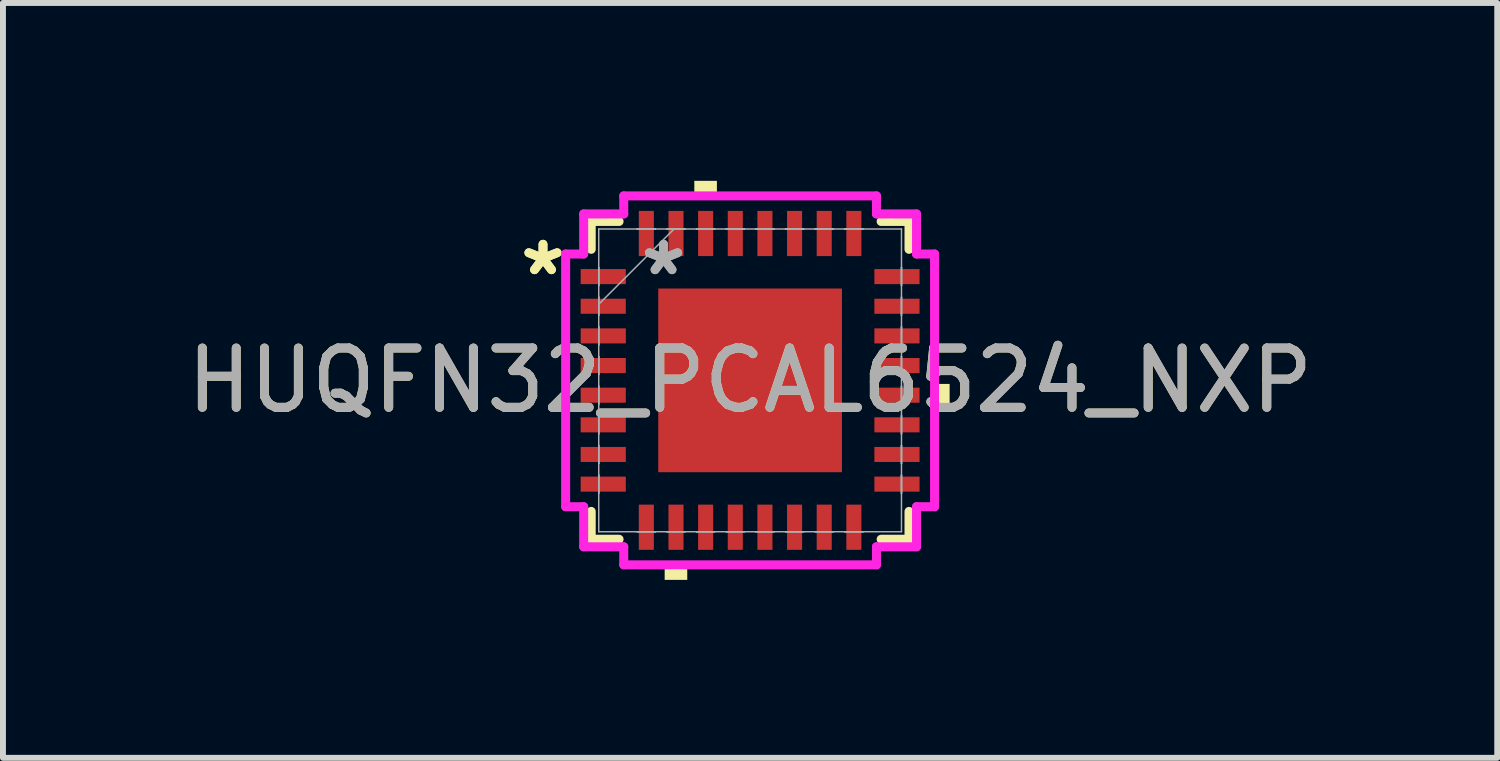
<source format=kicad_pcb>
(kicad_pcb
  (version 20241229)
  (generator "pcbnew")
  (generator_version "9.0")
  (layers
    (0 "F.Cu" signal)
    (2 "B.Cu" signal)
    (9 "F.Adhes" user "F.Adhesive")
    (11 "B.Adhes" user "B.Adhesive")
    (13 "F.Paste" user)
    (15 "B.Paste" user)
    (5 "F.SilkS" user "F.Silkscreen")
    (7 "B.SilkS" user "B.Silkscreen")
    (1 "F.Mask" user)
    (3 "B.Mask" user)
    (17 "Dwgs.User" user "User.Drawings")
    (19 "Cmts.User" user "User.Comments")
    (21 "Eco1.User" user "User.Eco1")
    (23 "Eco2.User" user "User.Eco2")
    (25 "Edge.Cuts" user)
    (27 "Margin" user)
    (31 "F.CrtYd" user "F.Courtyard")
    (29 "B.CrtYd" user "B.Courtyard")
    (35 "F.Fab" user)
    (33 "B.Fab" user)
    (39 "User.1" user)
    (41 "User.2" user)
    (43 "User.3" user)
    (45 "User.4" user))
  (footprint "HUQFN32_PCAL6524_NXP"
    (layer "F.Cu")
    (at 9.601 3.365)
    (property "Reference" "HUQFN32_PCAL6524_NXP" (at 0 0 0) (unlocked yes) (layer "F.SilkS") (effects (font (size 1 1) (thickness 0.15))))
    (attr smd)
    (fp_poly (pts (xy -1.549 -1.549) (xy 1.549 -1.549) (xy 1.549 1.549) (xy -1.549 1.549)) (stroke (width 0) (type solid)) (fill yes) (layer "F.Cu"))
    (fp_poly (pts (xy -1.549 -1.549) (xy 1.549 -1.549) (xy 1.549 1.549) (xy -1.549 1.549)) (stroke (width 0) (type solid)) (fill yes) (layer "F.Mask"))
    (fp_line (start -2.68 -2.68) (end -2.68 -2.21) (stroke (width 0.152) (type solid)) (layer "F.SilkS"))
    (fp_line (start -2.68 2.21) (end -2.68 2.68) (stroke (width 0.152) (type solid)) (layer "F.SilkS"))
    (fp_line (start -2.68 2.68) (end -2.21 2.68) (stroke (width 0.152) (type solid)) (layer "F.SilkS"))
    (fp_line (start -2.21 -2.68) (end -2.68 -2.68) (stroke (width 0.152) (type solid)) (layer "F.SilkS"))
    (fp_line (start 2.21 2.68) (end 2.68 2.68) (stroke (width 0.152) (type solid)) (layer "F.SilkS"))
    (fp_line (start 2.68 -2.68) (end 2.21 -2.68) (stroke (width 0.152) (type solid)) (layer "F.SilkS"))
    (fp_line (start 2.68 -2.21) (end 2.68 -2.68) (stroke (width 0.152) (type solid)) (layer "F.SilkS"))
    (fp_line (start 2.68 2.68) (end 2.68 2.21) (stroke (width 0.152) (type solid)) (layer "F.SilkS"))
    (fp_poly (pts (xy -1.441 3.111) (xy -1.441 3.365) (xy -1.06 3.365) (xy -1.06 3.111)) (stroke (width 0) (type solid)) (fill yes) (layer "F.SilkS"))
    (fp_poly (pts (xy -0.941 -3.111) (xy -0.941 -3.365) (xy -0.56 -3.365) (xy -0.56 -3.111)) (stroke (width 0) (type solid)) (fill yes) (layer "F.SilkS"))
    (fp_poly (pts (xy 3.365 0.06) (xy 3.365 0.441) (xy 3.111 0.441) (xy 3.111 0.06)) (stroke (width 0) (type solid)) (fill yes) (layer "F.SilkS"))
    (fp_poly (pts (xy -1.549 -1.549) (xy 1.549 -1.549) (xy 1.549 1.549) (xy -1.549 1.549)) (stroke (width 0) (type solid)) (fill yes) (layer "F.Paste"))
    (fp_line (start -3.111 -2.131) (end -2.807 -2.131) (stroke (width 0.152) (type solid)) (layer "F.CrtYd"))
    (fp_line (start -3.111 2.131) (end -3.111 -2.131) (stroke (width 0.152) (type solid)) (layer "F.CrtYd"))
    (fp_line (start -2.807 -2.807) (end -2.131 -2.807) (stroke (width 0.152) (type solid)) (layer "F.CrtYd"))
    (fp_line (start -2.807 -2.131) (end -2.807 -2.807) (stroke (width 0.152) (type solid)) (layer "F.CrtYd"))
    (fp_line (start -2.807 2.131) (end -3.111 2.131) (stroke (width 0.152) (type solid)) (layer "F.CrtYd"))
    (fp_line (start -2.807 2.807) (end -2.807 2.131) (stroke (width 0.152) (type solid)) (layer "F.CrtYd"))
    (fp_line (start -2.131 -3.111) (end 2.131 -3.111) (stroke (width 0.152) (type solid)) (layer "F.CrtYd"))
    (fp_line (start -2.131 -2.807) (end -2.131 -3.111) (stroke (width 0.152) (type solid)) (layer "F.CrtYd"))
    (fp_line (start -2.131 2.807) (end -2.807 2.807) (stroke (width 0.152) (type solid)) (layer "F.CrtYd"))
    (fp_line (start -2.131 3.111) (end -2.131 2.807) (stroke (width 0.152) (type solid)) (layer "F.CrtYd"))
    (fp_line (start 2.131 -3.111) (end 2.131 -2.807) (stroke (width 0.152) (type solid)) (layer "F.CrtYd"))
    (fp_line (start 2.131 -2.807) (end 2.807 -2.807) (stroke (width 0.152) (type solid)) (layer "F.CrtYd"))
    (fp_line (start 2.131 2.807) (end 2.131 3.111) (stroke (width 0.152) (type solid)) (layer "F.CrtYd"))
    (fp_line (start 2.131 3.111) (end -2.131 3.111) (stroke (width 0.152) (type solid)) (layer "F.CrtYd"))
    (fp_line (start 2.807 -2.807) (end 2.807 -2.131) (stroke (width 0.152) (type solid)) (layer "F.CrtYd"))
    (fp_line (start 2.807 -2.131) (end 3.111 -2.131) (stroke (width 0.152) (type solid)) (layer "F.CrtYd"))
    (fp_line (start 2.807 2.131) (end 2.807 2.807) (stroke (width 0.152) (type solid)) (layer "F.CrtYd"))
    (fp_line (start 2.807 2.807) (end 2.131 2.807) (stroke (width 0.152) (type solid)) (layer "F.CrtYd"))
    (fp_line (start 3.111 -2.131) (end 3.111 2.131) (stroke (width 0.152) (type solid)) (layer "F.CrtYd"))
    (fp_line (start 3.111 2.131) (end 2.807 2.131) (stroke (width 0.152) (type solid)) (layer "F.CrtYd"))
    (fp_line (start -2.553 -2.553) (end -2.553 2.553) (stroke (width 0.025) (type solid)) (layer "F.Fab"))
    (fp_line (start -2.553 -1.903) (end -2.553 -1.903) (stroke (width 0.025) (type solid)) (layer "F.Fab"))
    (fp_line (start -2.553 -1.903) (end -2.553 -1.598) (stroke (width 0.025) (type solid)) (layer "F.Fab"))
    (fp_line (start -2.553 -1.598) (end -2.553 -1.903) (stroke (width 0.025) (type solid)) (layer "F.Fab"))
    (fp_line (start -2.553 -1.598) (end -2.553 -1.598) (stroke (width 0.025) (type solid)) (layer "F.Fab"))
    (fp_line (start -2.553 -1.403) (end -2.553 -1.403) (stroke (width 0.025) (type solid)) (layer "F.Fab"))
    (fp_line (start -2.553 -1.403) (end -2.553 -1.098) (stroke (width 0.025) (type solid)) (layer "F.Fab"))
    (fp_line (start -2.553 -1.283) (end -1.283 -2.553) (stroke (width 0.025) (type solid)) (layer "F.Fab"))
    (fp_line (start -2.553 -1.098) (end -2.553 -1.403) (stroke (width 0.025) (type solid)) (layer "F.Fab"))
    (fp_line (start -2.553 -1.098) (end -2.553 -1.098) (stroke (width 0.025) (type solid)) (layer "F.Fab"))
    (fp_line (start -2.553 -0.903) (end -2.553 -0.903) (stroke (width 0.025) (type solid)) (layer "F.Fab"))
    (fp_line (start -2.553 -0.903) (end -2.553 -0.598) (stroke (width 0.025) (type solid)) (layer "F.Fab"))
    (fp_line (start -2.553 -0.598) (end -2.553 -0.903) (stroke (width 0.025) (type solid)) (layer "F.Fab"))
    (fp_line (start -2.553 -0.598) (end -2.553 -0.598) (stroke (width 0.025) (type solid)) (layer "F.Fab"))
    (fp_line (start -2.553 -0.402) (end -2.553 -0.402) (stroke (width 0.025) (type solid)) (layer "F.Fab"))
    (fp_line (start -2.553 -0.402) (end -2.553 -0.098) (stroke (width 0.025) (type solid)) (layer "F.Fab"))
    (fp_line (start -2.553 -0.098) (end -2.553 -0.402) (stroke (width 0.025) (type solid)) (layer "F.Fab"))
    (fp_line (start -2.553 -0.098) (end -2.553 -0.098) (stroke (width 0.025) (type solid)) (layer "F.Fab"))
    (fp_line (start -2.553 0.098) (end -2.553 0.098) (stroke (width 0.025) (type solid)) (layer "F.Fab"))
    (fp_line (start -2.553 0.098) (end -2.553 0.402) (stroke (width 0.025) (type solid)) (layer "F.Fab"))
    (fp_line (start -2.553 0.402) (end -2.553 0.098) (stroke (width 0.025) (type solid)) (layer "F.Fab"))
    (fp_line (start -2.553 0.402) (end -2.553 0.402) (stroke (width 0.025) (type solid)) (layer "F.Fab"))
    (fp_line (start -2.553 0.598) (end -2.553 0.598) (stroke (width 0.025) (type solid)) (layer "F.Fab"))
    (fp_line (start -2.553 0.598) (end -2.553 0.903) (stroke (width 0.025) (type solid)) (layer "F.Fab"))
    (fp_line (start -2.553 0.903) (end -2.553 0.598) (stroke (width 0.025) (type solid)) (layer "F.Fab"))
    (fp_line (start -2.553 0.903) (end -2.553 0.903) (stroke (width 0.025) (type solid)) (layer "F.Fab"))
    (fp_line (start -2.553 1.098) (end -2.553 1.098) (stroke (width 0.025) (type solid)) (layer "F.Fab"))
    (fp_line (start -2.553 1.098) (end -2.553 1.403) (stroke (width 0.025) (type solid)) (layer "F.Fab"))
    (fp_line (start -2.553 1.403) (end -2.553 1.098) (stroke (width 0.025) (type solid)) (layer "F.Fab"))
    (fp_line (start -2.553 1.403) (end -2.553 1.403) (stroke (width 0.025) (type solid)) (layer "F.Fab"))
    (fp_line (start -2.553 1.598) (end -2.553 1.598) (stroke (width 0.025) (type solid)) (layer "F.Fab"))
    (fp_line (start -2.553 1.598) (end -2.553 1.903) (stroke (width 0.025) (type solid)) (layer "F.Fab"))
    (fp_line (start -2.553 1.903) (end -2.553 1.598) (stroke (width 0.025) (type solid)) (layer "F.Fab"))
    (fp_line (start -2.553 1.903) (end -2.553 1.903) (stroke (width 0.025) (type solid)) (layer "F.Fab"))
    (fp_line (start -2.553 2.553) (end 2.553 2.553) (stroke (width 0.025) (type solid)) (layer "F.Fab"))
    (fp_line (start -1.903 -2.553) (end -1.903 -2.553) (stroke (width 0.025) (type solid)) (layer "F.Fab"))
    (fp_line (start -1.903 -2.553) (end -1.598 -2.553) (stroke (width 0.025) (type solid)) (layer "F.Fab"))
    (fp_line (start -1.903 2.553) (end -1.903 2.553) (stroke (width 0.025) (type solid)) (layer "F.Fab"))
    (fp_line (start -1.903 2.553) (end -1.598 2.553) (stroke (width 0.025) (type solid)) (layer "F.Fab"))
    (fp_line (start -1.598 -2.553) (end -1.903 -2.553) (stroke (width 0.025) (type solid)) (layer "F.Fab"))
    (fp_line (start -1.598 -2.553) (end -1.598 -2.553) (stroke (width 0.025) (type solid)) (layer "F.Fab"))
    (fp_line (start -1.598 2.553) (end -1.903 2.553) (stroke (width 0.025) (type solid)) (layer "F.Fab"))
    (fp_line (start -1.598 2.553) (end -1.598 2.553) (stroke (width 0.025) (type solid)) (layer "F.Fab"))
    (fp_line (start -1.403 -2.553) (end -1.403 -2.553) (stroke (width 0.025) (type solid)) (layer "F.Fab"))
    (fp_line (start -1.403 -2.553) (end -1.098 -2.553) (stroke (width 0.025) (type solid)) (layer "F.Fab"))
    (fp_line (start -1.403 2.553) (end -1.403 2.553) (stroke (width 0.025) (type solid)) (layer "F.Fab"))
    (fp_line (start -1.403 2.553) (end -1.098 2.553) (stroke (width 0.025) (type solid)) (layer "F.Fab"))
    (fp_line (start -1.098 -2.553) (end -1.403 -2.553) (stroke (width 0.025) (type solid)) (layer "F.Fab"))
    (fp_line (start -1.098 -2.553) (end -1.098 -2.553) (stroke (width 0.025) (type solid)) (layer "F.Fab"))
    (fp_line (start -1.098 2.553) (end -1.403 2.553) (stroke (width 0.025) (type solid)) (layer "F.Fab"))
    (fp_line (start -1.098 2.553) (end -1.098 2.553) (stroke (width 0.025) (type solid)) (layer "F.Fab"))
    (fp_line (start -0.903 -2.553) (end -0.903 -2.553) (stroke (width 0.025) (type solid)) (layer "F.Fab"))
    (fp_line (start -0.903 -2.553) (end -0.598 -2.553) (stroke (width 0.025) (type solid)) (layer "F.Fab"))
    (fp_line (start -0.903 2.553) (end -0.903 2.553) (stroke (width 0.025) (type solid)) (layer "F.Fab"))
    (fp_line (start -0.903 2.553) (end -0.598 2.553) (stroke (width 0.025) (type solid)) (layer "F.Fab"))
    (fp_line (start -0.598 -2.553) (end -0.903 -2.553) (stroke (width 0.025) (type solid)) (layer "F.Fab"))
    (fp_line (start -0.598 -2.553) (end -0.598 -2.553) (stroke (width 0.025) (type solid)) (layer "F.Fab"))
    (fp_line (start -0.598 2.553) (end -0.903 2.553) (stroke (width 0.025) (type solid)) (layer "F.Fab"))
    (fp_line (start -0.598 2.553) (end -0.598 2.553) (stroke (width 0.025) (type solid)) (layer "F.Fab"))
    (fp_line (start -0.402 -2.553) (end -0.402 -2.553) (stroke (width 0.025) (type solid)) (layer "F.Fab"))
    (fp_line (start -0.402 -2.553) (end -0.098 -2.553) (stroke (width 0.025) (type solid)) (layer "F.Fab"))
    (fp_line (start -0.402 2.553) (end -0.402 2.553) (stroke (width 0.025) (type solid)) (layer "F.Fab"))
    (fp_line (start -0.402 2.553) (end -0.098 2.553) (stroke (width 0.025) (type solid)) (layer "F.Fab"))
    (fp_line (start -0.098 -2.553) (end -0.402 -2.553) (stroke (width 0.025) (type solid)) (layer "F.Fab"))
    (fp_line (start -0.098 -2.553) (end -0.098 -2.553) (stroke (width 0.025) (type solid)) (layer "F.Fab"))
    (fp_line (start -0.098 2.553) (end -0.402 2.553) (stroke (width 0.025) (type solid)) (layer "F.Fab"))
    (fp_line (start -0.098 2.553) (end -0.098 2.553) (stroke (width 0.025) (type solid)) (layer "F.Fab"))
    (fp_line (start 0.098 -2.553) (end 0.098 -2.553) (stroke (width 0.025) (type solid)) (layer "F.Fab"))
    (fp_line (start 0.098 -2.553) (end 0.402 -2.553) (stroke (width 0.025) (type solid)) (layer "F.Fab"))
    (fp_line (start 0.098 2.553) (end 0.098 2.553) (stroke (width 0.025) (type solid)) (layer "F.Fab"))
    (fp_line (start 0.098 2.553) (end 0.402 2.553) (stroke (width 0.025) (type solid)) (layer "F.Fab"))
    (fp_line (start 0.402 -2.553) (end 0.098 -2.553) (stroke (width 0.025) (type solid)) (layer "F.Fab"))
    (fp_line (start 0.402 -2.553) (end 0.402 -2.553) (stroke (width 0.025) (type solid)) (layer "F.Fab"))
    (fp_line (start 0.402 2.553) (end 0.098 2.553) (stroke (width 0.025) (type solid)) (layer "F.Fab"))
    (fp_line (start 0.402 2.553) (end 0.402 2.553) (stroke (width 0.025) (type solid)) (layer "F.Fab"))
    (fp_line (start 0.598 -2.553) (end 0.598 -2.553) (stroke (width 0.025) (type solid)) (layer "F.Fab"))
    (fp_line (start 0.598 -2.553) (end 0.903 -2.553) (stroke (width 0.025) (type solid)) (layer "F.Fab"))
    (fp_line (start 0.598 2.553) (end 0.598 2.553) (stroke (width 0.025) (type solid)) (layer "F.Fab"))
    (fp_line (start 0.598 2.553) (end 0.903 2.553) (stroke (width 0.025) (type solid)) (layer "F.Fab"))
    (fp_line (start 0.903 -2.553) (end 0.598 -2.553) (stroke (width 0.025) (type solid)) (layer "F.Fab"))
    (fp_line (start 0.903 -2.553) (end 0.903 -2.553) (stroke (width 0.025) (type solid)) (layer "F.Fab"))
    (fp_line (start 0.903 2.553) (end 0.598 2.553) (stroke (width 0.025) (type solid)) (layer "F.Fab"))
    (fp_line (start 0.903 2.553) (end 0.903 2.553) (stroke (width 0.025) (type solid)) (layer "F.Fab"))
    (fp_line (start 1.098 -2.553) (end 1.098 -2.553) (stroke (width 0.025) (type solid)) (layer "F.Fab"))
    (fp_line (start 1.098 -2.553) (end 1.403 -2.553) (stroke (width 0.025) (type solid)) (layer "F.Fab"))
    (fp_line (start 1.098 2.553) (end 1.098 2.553) (stroke (width 0.025) (type solid)) (layer "F.Fab"))
    (fp_line (start 1.098 2.553) (end 1.403 2.553) (stroke (width 0.025) (type solid)) (layer "F.Fab"))
    (fp_line (start 1.403 -2.553) (end 1.098 -2.553) (stroke (width 0.025) (type solid)) (layer "F.Fab"))
    (fp_line (start 1.403 -2.553) (end 1.403 -2.553) (stroke (width 0.025) (type solid)) (layer "F.Fab"))
    (fp_line (start 1.403 2.553) (end 1.098 2.553) (stroke (width 0.025) (type solid)) (layer "F.Fab"))
    (fp_line (start 1.403 2.553) (end 1.403 2.553) (stroke (width 0.025) (type solid)) (layer "F.Fab"))
    (fp_line (start 1.598 -2.553) (end 1.598 -2.553) (stroke (width 0.025) (type solid)) (layer "F.Fab"))
    (fp_line (start 1.598 -2.553) (end 1.903 -2.553) (stroke (width 0.025) (type solid)) (layer "F.Fab"))
    (fp_line (start 1.598 2.553) (end 1.598 2.553) (stroke (width 0.025) (type solid)) (layer "F.Fab"))
    (fp_line (start 1.598 2.553) (end 1.903 2.553) (stroke (width 0.025) (type solid)) (layer "F.Fab"))
    (fp_line (start 1.903 -2.553) (end 1.598 -2.553) (stroke (width 0.025) (type solid)) (layer "F.Fab"))
    (fp_line (start 1.903 -2.553) (end 1.903 -2.553) (stroke (width 0.025) (type solid)) (layer "F.Fab"))
    (fp_line (start 1.903 2.553) (end 1.598 2.553) (stroke (width 0.025) (type solid)) (layer "F.Fab"))
    (fp_line (start 1.903 2.553) (end 1.903 2.553) (stroke (width 0.025) (type solid)) (layer "F.Fab"))
    (fp_line (start 2.553 -2.553) (end -2.553 -2.553) (stroke (width 0.025) (type solid)) (layer "F.Fab"))
    (fp_line (start 2.553 -1.903) (end 2.553 -1.903) (stroke (width 0.025) (type solid)) (layer "F.Fab"))
    (fp_line (start 2.553 -1.903) (end 2.553 -1.598) (stroke (width 0.025) (type solid)) (layer "F.Fab"))
    (fp_line (start 2.553 -1.598) (end 2.553 -1.903) (stroke (width 0.025) (type solid)) (layer "F.Fab"))
    (fp_line (start 2.553 -1.598) (end 2.553 -1.598) (stroke (width 0.025) (type solid)) (layer "F.Fab"))
    (fp_line (start 2.553 -1.403) (end 2.553 -1.403) (stroke (width 0.025) (type solid)) (layer "F.Fab"))
    (fp_line (start 2.553 -1.403) (end 2.553 -1.098) (stroke (width 0.025) (type solid)) (layer "F.Fab"))
    (fp_line (start 2.553 -1.098) (end 2.553 -1.403) (stroke (width 0.025) (type solid)) (layer "F.Fab"))
    (fp_line (start 2.553 -1.098) (end 2.553 -1.098) (stroke (width 0.025) (type solid)) (layer "F.Fab"))
    (fp_line (start 2.553 -0.903) (end 2.553 -0.903) (stroke (width 0.025) (type solid)) (layer "F.Fab"))
    (fp_line (start 2.553 -0.903) (end 2.553 -0.598) (stroke (width 0.025) (type solid)) (layer "F.Fab"))
    (fp_line (start 2.553 -0.598) (end 2.553 -0.903) (stroke (width 0.025) (type solid)) (layer "F.Fab"))
    (fp_line (start 2.553 -0.598) (end 2.553 -0.598) (stroke (width 0.025) (type solid)) (layer "F.Fab"))
    (fp_line (start 2.553 -0.402) (end 2.553 -0.402) (stroke (width 0.025) (type solid)) (layer "F.Fab"))
    (fp_line (start 2.553 -0.402) (end 2.553 -0.098) (stroke (width 0.025) (type solid)) (layer "F.Fab"))
    (fp_line (start 2.553 -0.098) (end 2.553 -0.402) (stroke (width 0.025) (type solid)) (layer "F.Fab"))
    (fp_line (start 2.553 -0.098) (end 2.553 -0.098) (stroke (width 0.025) (type solid)) (layer "F.Fab"))
    (fp_line (start 2.553 0.098) (end 2.553 0.098) (stroke (width 0.025) (type solid)) (layer "F.Fab"))
    (fp_line (start 2.553 0.098) (end 2.553 0.402) (stroke (width 0.025) (type solid)) (layer "F.Fab"))
    (fp_line (start 2.553 0.402) (end 2.553 0.098) (stroke (width 0.025) (type solid)) (layer "F.Fab"))
    (fp_line (start 2.553 0.402) (end 2.553 0.402) (stroke (width 0.025) (type solid)) (layer "F.Fab"))
    (fp_line (start 2.553 0.598) (end 2.553 0.598) (stroke (width 0.025) (type solid)) (layer "F.Fab"))
    (fp_line (start 2.553 0.598) (end 2.553 0.903) (stroke (width 0.025) (type solid)) (layer "F.Fab"))
    (fp_line (start 2.553 0.903) (end 2.553 0.598) (stroke (width 0.025) (type solid)) (layer "F.Fab"))
    (fp_line (start 2.553 0.903) (end 2.553 0.903) (stroke (width 0.025) (type solid)) (layer "F.Fab"))
    (fp_line (start 2.553 1.098) (end 2.553 1.098) (stroke (width 0.025) (type solid)) (layer "F.Fab"))
    (fp_line (start 2.553 1.098) (end 2.553 1.403) (stroke (width 0.025) (type solid)) (layer "F.Fab"))
    (fp_line (start 2.553 1.403) (end 2.553 1.098) (stroke (width 0.025) (type solid)) (layer "F.Fab"))
    (fp_line (start 2.553 1.403) (end 2.553 1.403) (stroke (width 0.025) (type solid)) (layer "F.Fab"))
    (fp_line (start 2.553 1.598) (end 2.553 1.598) (stroke (width 0.025) (type solid)) (layer "F.Fab"))
    (fp_line (start 2.553 1.598) (end 2.553 1.903) (stroke (width 0.025) (type solid)) (layer "F.Fab"))
    (fp_line (start 2.553 1.903) (end 2.553 1.598) (stroke (width 0.025) (type solid)) (layer "F.Fab"))
    (fp_line (start 2.553 1.903) (end 2.553 1.903) (stroke (width 0.025) (type solid)) (layer "F.Fab"))
    (fp_line (start 2.553 2.553) (end 2.553 -2.553) (stroke (width 0.025) (type solid)) (layer "F.Fab"))
    (fp_text user "*" (at -3.493 -1.75 0) (layer "F.SilkS") (effects (font (size 1 1) (thickness 0.15))))
    (fp_text user "*" (at -3.493 -1.75 0) (unlocked yes) (layer "F.SilkS") (effects (font (size 1 1) (thickness 0.15))))
    (fp_text user "*" (at -1.46 -1.75 0) (layer "F.Fab") (effects (font (size 1 1) (thickness 0.15))))
    (fp_text user "${REFERENCE}" (at 0 0 0) (unlocked yes) (layer "F.Fab") (effects (font (size 1 1) (thickness 0.15))))
    (fp_text user "*" (at -1.46 -1.75 0) (unlocked yes) (layer "F.Fab") (effects (font (size 1 1) (thickness 0.15))))
    (pad "1" smd rect (at -2.477 -1.75 90) (size 0.254 0.762) (layers "F.Cu" "F.Mask" "F.Paste"))
    (pad "2" smd rect (at -2.477 -1.25 90) (size 0.254 0.762) (layers "F.Cu" "F.Mask" "F.Paste"))
    (pad "3" smd rect (at -2.477 -0.75 90) (size 0.254 0.762) (layers "F.Cu" "F.Mask" "F.Paste"))
    (pad "4" smd rect (at -2.477 -0.25 90) (size 0.254 0.762) (layers "F.Cu" "F.Mask" "F.Paste"))
    (pad "5" smd rect (at -2.477 0.25 90) (size 0.254 0.762) (layers "F.Cu" "F.Mask" "F.Paste"))
    (pad "6" smd rect (at -2.477 0.75 90) (size 0.254 0.762) (layers "F.Cu" "F.Mask" "F.Paste"))
    (pad "7" smd rect (at -2.477 1.25 90) (size 0.254 0.762) (layers "F.Cu" "F.Mask" "F.Paste"))
    (pad "8" smd rect (at -2.477 1.75 90) (size 0.254 0.762) (layers "F.Cu" "F.Mask" "F.Paste"))
    (pad "9" smd rect (at -1.75 2.477) (size 0.254 0.762) (layers "F.Cu" "F.Mask" "F.Paste"))
    (pad "10" smd rect (at -1.25 2.477) (size 0.254 0.762) (layers "F.Cu" "F.Mask" "F.Paste"))
    (pad "11" smd rect (at -0.75 2.477) (size 0.254 0.762) (layers "F.Cu" "F.Mask" "F.Paste"))
    (pad "12" smd rect (at -0.25 2.477) (size 0.254 0.762) (layers "F.Cu" "F.Mask" "F.Paste"))
    (pad "13" smd rect (at 0.25 2.477) (size 0.254 0.762) (layers "F.Cu" "F.Mask" "F.Paste"))
    (pad "14" smd rect (at 0.75 2.477) (size 0.254 0.762) (layers "F.Cu" "F.Mask" "F.Paste"))
    (pad "15" smd rect (at 1.25 2.477) (size 0.254 0.762) (layers "F.Cu" "F.Mask" "F.Paste"))
    (pad "16" smd rect (at 1.75 2.477) (size 0.254 0.762) (layers "F.Cu" "F.Mask" "F.Paste"))
    (pad "17" smd rect (at 2.477 1.75 90) (size 0.254 0.762) (layers "F.Cu" "F.Mask" "F.Paste"))
    (pad "18" smd rect (at 2.477 1.25 90) (size 0.254 0.762) (layers "F.Cu" "F.Mask" "F.Paste"))
    (pad "19" smd rect (at 2.477 0.75 90) (size 0.254 0.762) (layers "F.Cu" "F.Mask" "F.Paste"))
    (pad "20" smd rect (at 2.477 0.25 90) (size 0.254 0.762) (layers "F.Cu" "F.Mask" "F.Paste"))
    (pad "21" smd rect (at 2.477 -0.25 90) (size 0.254 0.762) (layers "F.Cu" "F.Mask" "F.Paste"))
    (pad "22" smd rect (at 2.477 -0.75 90) (size 0.254 0.762) (layers "F.Cu" "F.Mask" "F.Paste"))
    (pad "23" smd rect (at 2.477 -1.25 90) (size 0.254 0.762) (layers "F.Cu" "F.Mask" "F.Paste"))
    (pad "24" smd rect (at 2.477 -1.75 90) (size 0.254 0.762) (layers "F.Cu" "F.Mask" "F.Paste"))
    (pad "25" smd rect (at 1.75 -2.477) (size 0.254 0.762) (layers "F.Cu" "F.Mask" "F.Paste"))
    (pad "26" smd rect (at 1.25 -2.477) (size 0.254 0.762) (layers "F.Cu" "F.Mask" "F.Paste"))
    (pad "27" smd rect (at 0.75 -2.477) (size 0.254 0.762) (layers "F.Cu" "F.Mask" "F.Paste"))
    (pad "28" smd rect (at 0.25 -2.477) (size 0.254 0.762) (layers "F.Cu" "F.Mask" "F.Paste"))
    (pad "29" smd rect (at -0.25 -2.477) (size 0.254 0.762) (layers "F.Cu" "F.Mask" "F.Paste"))
    (pad "30" smd rect (at -0.75 -2.477) (size 0.254 0.762) (layers "F.Cu" "F.Mask" "F.Paste"))
    (pad "31" smd rect (at -1.25 -2.477) (size 0.254 0.762) (layers "F.Cu" "F.Mask" "F.Paste"))
    (pad "32" smd rect (at -1.75 -2.477) (size 0.254 0.762) (layers "F.Cu" "F.Mask" "F.Paste")))
  (gr_rect
    (start -3 -3)
    (end 22.202 9.731)
    (stroke (width 0.1) (type default))
    (fill no)
    (layer "Edge.Cuts")))
</source>
